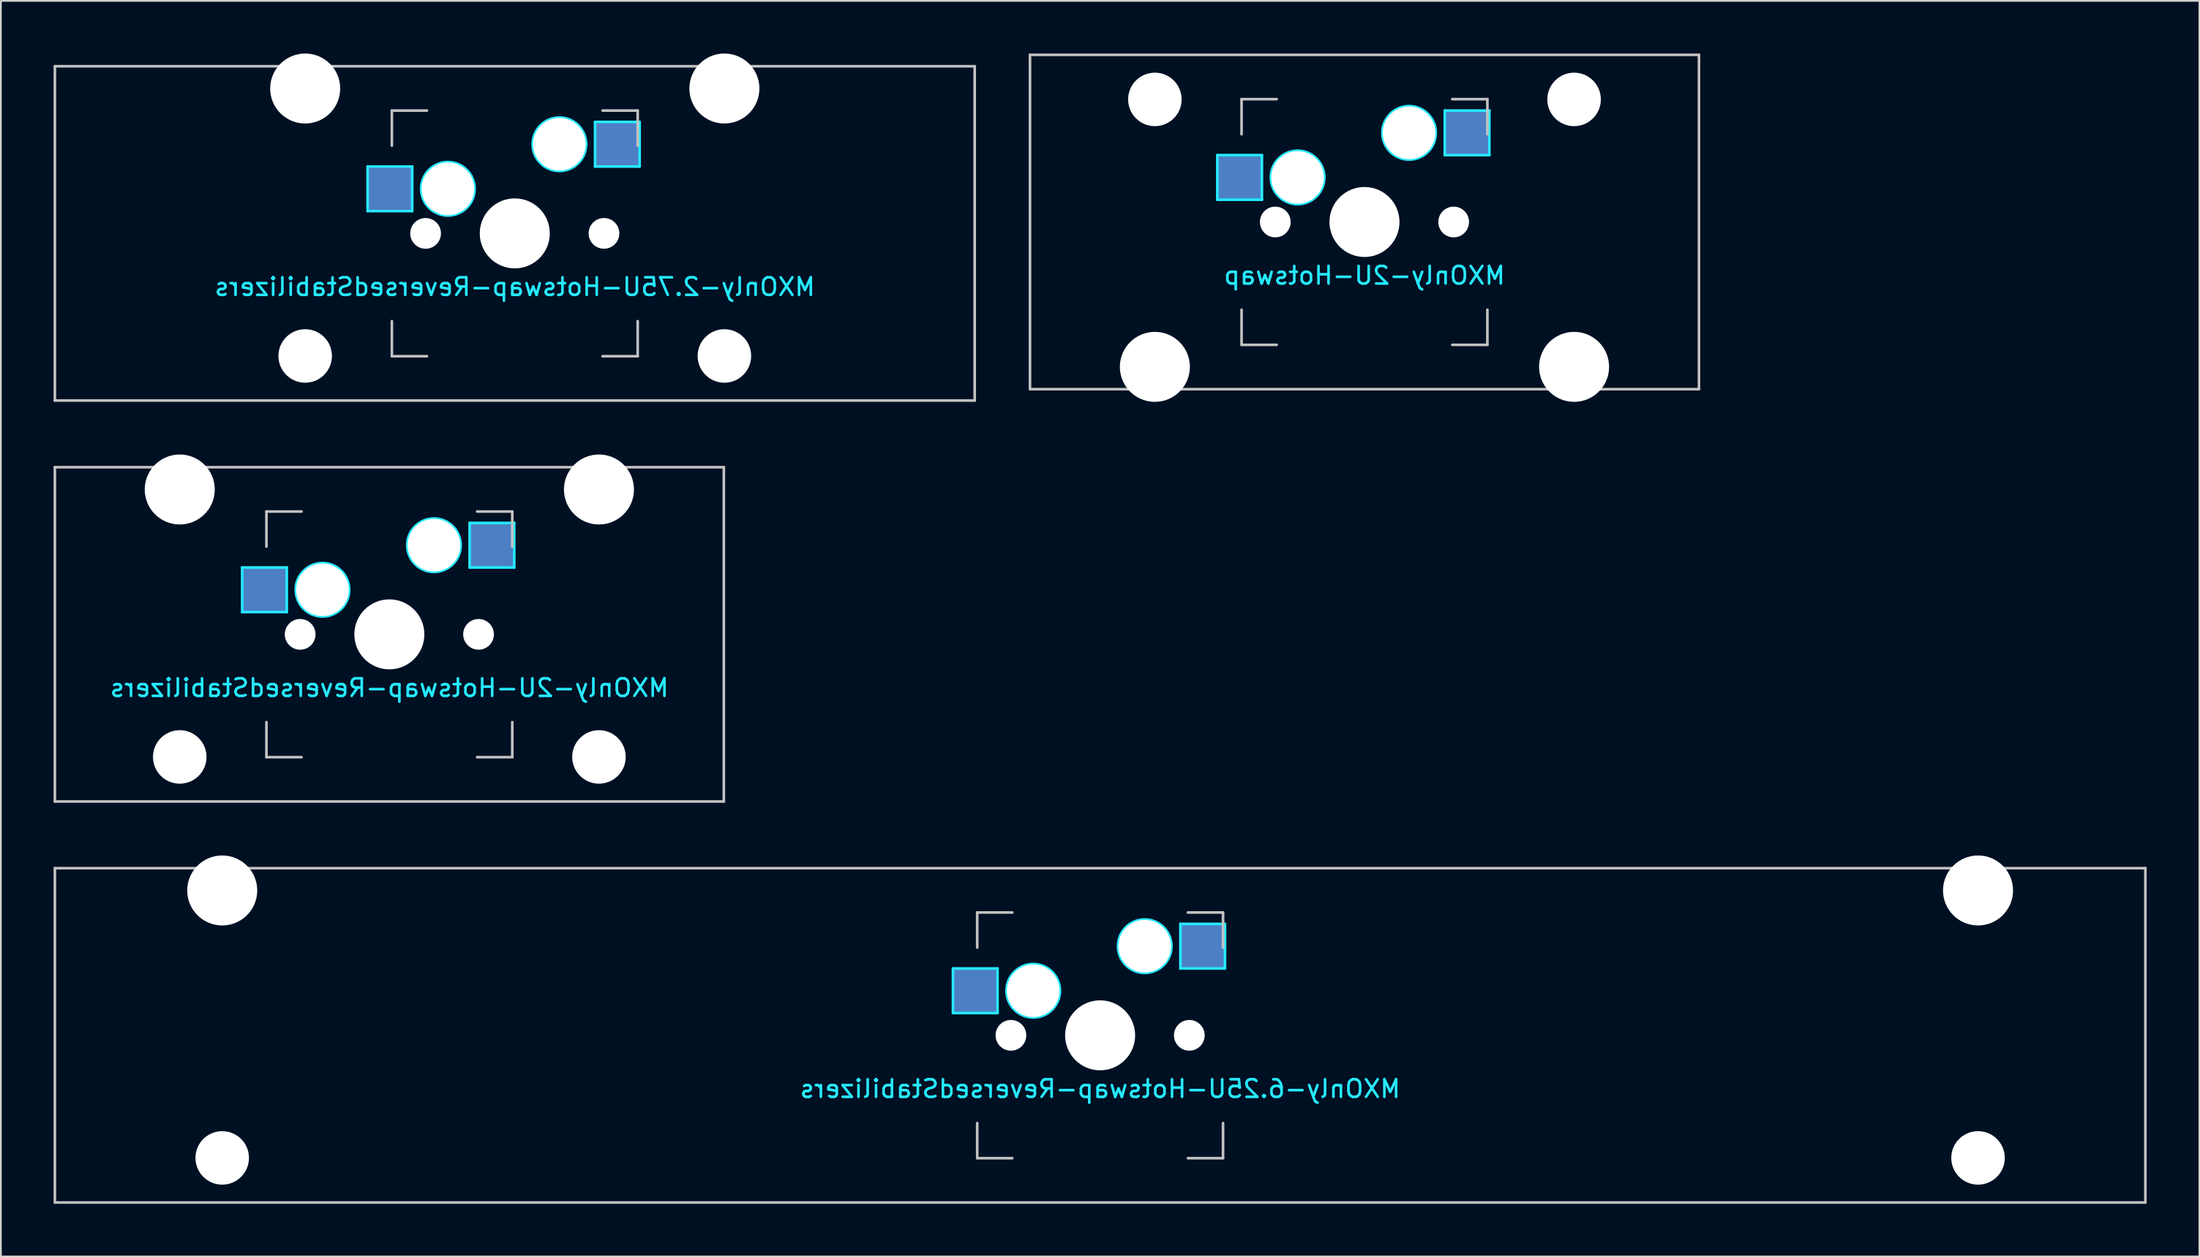
<source format=kicad_pcb>
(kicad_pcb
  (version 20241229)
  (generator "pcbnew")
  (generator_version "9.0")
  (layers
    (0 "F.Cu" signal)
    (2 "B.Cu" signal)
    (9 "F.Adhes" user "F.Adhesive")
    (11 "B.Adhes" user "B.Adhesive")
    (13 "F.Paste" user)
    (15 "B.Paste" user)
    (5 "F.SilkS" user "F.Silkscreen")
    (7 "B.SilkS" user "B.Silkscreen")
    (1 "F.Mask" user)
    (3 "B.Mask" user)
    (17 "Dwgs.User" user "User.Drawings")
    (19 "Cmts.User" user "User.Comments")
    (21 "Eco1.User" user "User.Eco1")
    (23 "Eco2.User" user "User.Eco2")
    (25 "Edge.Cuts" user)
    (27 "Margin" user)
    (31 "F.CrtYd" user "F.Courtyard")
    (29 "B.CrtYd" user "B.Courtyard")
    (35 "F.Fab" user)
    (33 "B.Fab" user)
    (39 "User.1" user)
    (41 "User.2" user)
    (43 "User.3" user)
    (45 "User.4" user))
  (footprint "MXOnly-2U-Hotswap"
    (layer "F.Cu")
    (at 74.662 9.6)
    (property "Reference" "MXOnly-2U-Hotswap" (at 0 3.048 0) (layer "B.CrtYd") (effects (font (size 1 1) (thickness 0.15)) (justify mirror)))
    (attr smd)
    (fp_line (start -19.05 -9.525) (end 19.05 -9.525) (stroke (width 0.15) (type solid)) (layer "Dwgs.User"))
    (fp_line (start -19.05 9.525) (end -19.05 -9.525) (stroke (width 0.15) (type solid)) (layer "Dwgs.User"))
    (fp_line (start -7 -7) (end -7 -5) (stroke (width 0.15) (type solid)) (layer "Dwgs.User"))
    (fp_line (start -7 5) (end -7 7) (stroke (width 0.15) (type solid)) (layer "Dwgs.User"))
    (fp_line (start -7 7) (end -5 7) (stroke (width 0.15) (type solid)) (layer "Dwgs.User"))
    (fp_line (start -5 -7) (end -7 -7) (stroke (width 0.15) (type solid)) (layer "Dwgs.User"))
    (fp_line (start 5 -7) (end 7 -7) (stroke (width 0.15) (type solid)) (layer "Dwgs.User"))
    (fp_line (start 5 7) (end 7 7) (stroke (width 0.15) (type solid)) (layer "Dwgs.User"))
    (fp_line (start 7 -7) (end 7 -5) (stroke (width 0.15) (type solid)) (layer "Dwgs.User"))
    (fp_line (start 7 7) (end 7 5) (stroke (width 0.15) (type solid)) (layer "Dwgs.User"))
    (fp_line (start 19.05 -9.525) (end 19.05 9.525) (stroke (width 0.15) (type solid)) (layer "Dwgs.User"))
    (fp_line (start 19.05 9.525) (end -19.05 9.525) (stroke (width 0.15) (type solid)) (layer "Dwgs.User"))
    (fp_line (start -8.382 -3.81) (end -5.842 -3.81) (stroke (width 0.15) (type solid)) (layer "B.CrtYd"))
    (fp_line (start -8.382 -1.27) (end -8.382 -3.81) (stroke (width 0.15) (type solid)) (layer "B.CrtYd"))
    (fp_line (start -5.842 -3.81) (end -5.842 -1.27) (stroke (width 0.15) (type solid)) (layer "B.CrtYd"))
    (fp_line (start -5.842 -1.27) (end -8.382 -1.27) (stroke (width 0.15) (type solid)) (layer "B.CrtYd"))
    (fp_line (start 4.572 -6.35) (end 7.112 -6.35) (stroke (width 0.15) (type solid)) (layer "B.CrtYd"))
    (fp_line (start 4.572 -3.81) (end 4.572 -6.35) (stroke (width 0.15) (type solid)) (layer "B.CrtYd"))
    (fp_line (start 7.112 -6.35) (end 7.112 -3.81) (stroke (width 0.15) (type solid)) (layer "B.CrtYd"))
    (fp_line (start 7.112 -3.81) (end 4.572 -3.81) (stroke (width 0.15) (type solid)) (layer "B.CrtYd"))
    (fp_circle (center -3.81 -2.54) (end -3.81 -4.064) (stroke (width 0.15) (type solid)) (fill no) (layer "B.CrtYd"))
    (fp_circle (center 2.54 -5.08) (end 2.54 -6.604) (stroke (width 0.15) (type solid)) (fill no) (layer "B.CrtYd"))
    (pad "" np_thru_hole circle (at -11.938 -6.985) (size 3.048 3.048) (drill 3.048) (layers "*.Cu" "*.Mask"))
    (pad "" np_thru_hole circle (at -11.938 8.255) (size 3.988 3.988) (drill 3.988) (layers "*.Cu" "*.Mask"))
    (pad "" np_thru_hole circle (at -5.08 0 48.1) (size 1.75 1.75) (drill 1.75) (layers "*.Cu" "*.Mask"))
    (pad "" np_thru_hole circle (at -3.81 -2.54) (size 3 3) (drill 3) (layers "*.Cu" "*.Mask"))
    (pad "" np_thru_hole circle (at 0 0) (size 3.988 3.988) (drill 3.988) (layers "*.Cu" "*.Mask"))
    (pad "" np_thru_hole circle (at 2.54 -5.08) (size 3 3) (drill 3) (layers "*.Cu" "*.Mask"))
    (pad "" np_thru_hole circle (at 5.08 0 48.1) (size 1.75 1.75) (drill 1.75) (layers "*.Cu" "*.Mask"))
    (pad "" np_thru_hole circle (at 11.938 -6.985) (size 3.048 3.048) (drill 3.048) (layers "*.Cu" "*.Mask"))
    (pad "" np_thru_hole circle (at 11.938 8.255) (size 3.988 3.988) (drill 3.988) (layers "*.Cu" "*.Mask"))
    (pad "1" smd rect (at -7.085 -2.54) (size 2.55 2.5) (layers "B.Cu" "B.Mask" "B.Paste"))
    (pad "2" smd rect (at 5.842 -5.08) (size 2.55 2.5) (layers "B.Cu" "B.Mask" "B.Paste")))
  (footprint "MXOnly-2.75U-Hotswap-ReversedStabilizers"
    (layer "F.Cu")
    (at 26.269 10.249)
    (property "Reference" "MXOnly-2.75U-Hotswap-ReversedStabilizers" (at 0 3.048 0) (layer "B.CrtYd") (effects (font (size 1 1) (thickness 0.15)) (justify mirror)))
    (attr smd)
    (fp_line (start -26.194 -9.525) (end 26.194 -9.525) (stroke (width 0.15) (type solid)) (layer "Dwgs.User"))
    (fp_line (start -26.194 9.525) (end -26.194 -9.525) (stroke (width 0.15) (type solid)) (layer "Dwgs.User"))
    (fp_line (start -7 -7) (end -7 -5) (stroke (width 0.15) (type solid)) (layer "Dwgs.User"))
    (fp_line (start -7 5) (end -7 7) (stroke (width 0.15) (type solid)) (layer "Dwgs.User"))
    (fp_line (start -7 7) (end -5 7) (stroke (width 0.15) (type solid)) (layer "Dwgs.User"))
    (fp_line (start -5 -7) (end -7 -7) (stroke (width 0.15) (type solid)) (layer "Dwgs.User"))
    (fp_line (start 5 -7) (end 7 -7) (stroke (width 0.15) (type solid)) (layer "Dwgs.User"))
    (fp_line (start 5 7) (end 7 7) (stroke (width 0.15) (type solid)) (layer "Dwgs.User"))
    (fp_line (start 7 -7) (end 7 -5) (stroke (width 0.15) (type solid)) (layer "Dwgs.User"))
    (fp_line (start 7 7) (end 7 5) (stroke (width 0.15) (type solid)) (layer "Dwgs.User"))
    (fp_line (start 26.194 -9.525) (end 26.194 9.525) (stroke (width 0.15) (type solid)) (layer "Dwgs.User"))
    (fp_line (start 26.194 9.525) (end -26.194 9.525) (stroke (width 0.15) (type solid)) (layer "Dwgs.User"))
    (fp_line (start -8.382 -3.81) (end -5.842 -3.81) (stroke (width 0.15) (type solid)) (layer "B.CrtYd"))
    (fp_line (start -8.382 -1.27) (end -8.382 -3.81) (stroke (width 0.15) (type solid)) (layer "B.CrtYd"))
    (fp_line (start -5.842 -3.81) (end -5.842 -1.27) (stroke (width 0.15) (type solid)) (layer "B.CrtYd"))
    (fp_line (start -5.842 -1.27) (end -8.382 -1.27) (stroke (width 0.15) (type solid)) (layer "B.CrtYd"))
    (fp_line (start 4.572 -6.35) (end 7.112 -6.35) (stroke (width 0.15) (type solid)) (layer "B.CrtYd"))
    (fp_line (start 4.572 -3.81) (end 4.572 -6.35) (stroke (width 0.15) (type solid)) (layer "B.CrtYd"))
    (fp_line (start 7.112 -6.35) (end 7.112 -3.81) (stroke (width 0.15) (type solid)) (layer "B.CrtYd"))
    (fp_line (start 7.112 -3.81) (end 4.572 -3.81) (stroke (width 0.15) (type solid)) (layer "B.CrtYd"))
    (fp_circle (center -3.81 -2.54) (end -3.81 -4.064) (stroke (width 0.15) (type solid)) (fill no) (layer "B.CrtYd"))
    (fp_circle (center 2.54 -5.08) (end 2.54 -6.604) (stroke (width 0.15) (type solid)) (fill no) (layer "B.CrtYd"))
    (pad "" np_thru_hole circle (at -11.938 -8.255) (size 3.988 3.988) (drill 3.988) (layers "*.Cu" "*.Mask"))
    (pad "" np_thru_hole circle (at -11.938 6.985) (size 3.048 3.048) (drill 3.048) (layers "*.Cu" "*.Mask"))
    (pad "" np_thru_hole circle (at -5.08 0 48.1) (size 1.75 1.75) (drill 1.75) (layers "*.Cu" "*.Mask"))
    (pad "" np_thru_hole circle (at -3.81 -2.54) (size 3 3) (drill 3) (layers "*.Cu" "*.Mask"))
    (pad "" np_thru_hole circle (at 0 0) (size 3.988 3.988) (drill 3.988) (layers "*.Cu" "*.Mask"))
    (pad "" np_thru_hole circle (at 2.54 -5.08) (size 3 3) (drill 3) (layers "*.Cu" "*.Mask"))
    (pad "" np_thru_hole circle (at 5.08 0 48.1) (size 1.75 1.75) (drill 1.75) (layers "*.Cu" "*.Mask"))
    (pad "" np_thru_hole circle (at 11.938 -8.255) (size 3.988 3.988) (drill 3.988) (layers "*.Cu" "*.Mask"))
    (pad "" np_thru_hole circle (at 11.938 6.985) (size 3.048 3.048) (drill 3.048) (layers "*.Cu" "*.Mask"))
    (pad "1" smd rect (at -7.085 -2.54) (size 2.55 2.5) (layers "B.Cu" "B.Mask" "B.Paste"))
    (pad "2" smd rect (at 5.842 -5.08) (size 2.55 2.5) (layers "B.Cu" "B.Mask" "B.Paste")))
  (footprint "MXOnly-2U-Hotswap-ReversedStabilizers"
    (layer "F.Cu")
    (at 19.125 33.098)
    (property "Reference" "MXOnly-2U-Hotswap-ReversedStabilizers" (at 0 3.048 0) (layer "B.CrtYd") (effects (font (size 1 1) (thickness 0.15)) (justify mirror)))
    (attr smd)
    (fp_line (start -19.05 -9.525) (end 19.05 -9.525) (stroke (width 0.15) (type solid)) (layer "Dwgs.User"))
    (fp_line (start -19.05 9.525) (end -19.05 -9.525) (stroke (width 0.15) (type solid)) (layer "Dwgs.User"))
    (fp_line (start -7 -7) (end -7 -5) (stroke (width 0.15) (type solid)) (layer "Dwgs.User"))
    (fp_line (start -7 5) (end -7 7) (stroke (width 0.15) (type solid)) (layer "Dwgs.User"))
    (fp_line (start -7 7) (end -5 7) (stroke (width 0.15) (type solid)) (layer "Dwgs.User"))
    (fp_line (start -5 -7) (end -7 -7) (stroke (width 0.15) (type solid)) (layer "Dwgs.User"))
    (fp_line (start 5 -7) (end 7 -7) (stroke (width 0.15) (type solid)) (layer "Dwgs.User"))
    (fp_line (start 5 7) (end 7 7) (stroke (width 0.15) (type solid)) (layer "Dwgs.User"))
    (fp_line (start 7 -7) (end 7 -5) (stroke (width 0.15) (type solid)) (layer "Dwgs.User"))
    (fp_line (start 7 7) (end 7 5) (stroke (width 0.15) (type solid)) (layer "Dwgs.User"))
    (fp_line (start 19.05 -9.525) (end 19.05 9.525) (stroke (width 0.15) (type solid)) (layer "Dwgs.User"))
    (fp_line (start 19.05 9.525) (end -19.05 9.525) (stroke (width 0.15) (type solid)) (layer "Dwgs.User"))
    (fp_line (start -8.382 -3.81) (end -5.842 -3.81) (stroke (width 0.15) (type solid)) (layer "B.CrtYd"))
    (fp_line (start -8.382 -1.27) (end -8.382 -3.81) (stroke (width 0.15) (type solid)) (layer "B.CrtYd"))
    (fp_line (start -5.842 -3.81) (end -5.842 -1.27) (stroke (width 0.15) (type solid)) (layer "B.CrtYd"))
    (fp_line (start -5.842 -1.27) (end -8.382 -1.27) (stroke (width 0.15) (type solid)) (layer "B.CrtYd"))
    (fp_line (start 4.572 -6.35) (end 7.112 -6.35) (stroke (width 0.15) (type solid)) (layer "B.CrtYd"))
    (fp_line (start 4.572 -3.81) (end 4.572 -6.35) (stroke (width 0.15) (type solid)) (layer "B.CrtYd"))
    (fp_line (start 7.112 -6.35) (end 7.112 -3.81) (stroke (width 0.15) (type solid)) (layer "B.CrtYd"))
    (fp_line (start 7.112 -3.81) (end 4.572 -3.81) (stroke (width 0.15) (type solid)) (layer "B.CrtYd"))
    (fp_circle (center -3.81 -2.54) (end -3.81 -4.064) (stroke (width 0.15) (type solid)) (fill no) (layer "B.CrtYd"))
    (fp_circle (center 2.54 -5.08) (end 2.54 -6.604) (stroke (width 0.15) (type solid)) (fill no) (layer "B.CrtYd"))
    (pad "" np_thru_hole circle (at -11.938 -8.255) (size 3.988 3.988) (drill 3.988) (layers "*.Cu" "*.Mask"))
    (pad "" np_thru_hole circle (at -11.938 6.985) (size 3.048 3.048) (drill 3.048) (layers "*.Cu" "*.Mask"))
    (pad "" np_thru_hole circle (at -5.08 0 48.1) (size 1.75 1.75) (drill 1.75) (layers "*.Cu" "*.Mask"))
    (pad "" np_thru_hole circle (at -3.81 -2.54) (size 3 3) (drill 3) (layers "*.Cu" "*.Mask"))
    (pad "" np_thru_hole circle (at 0 0) (size 3.988 3.988) (drill 3.988) (layers "*.Cu" "*.Mask"))
    (pad "" np_thru_hole circle (at 2.54 -5.08) (size 3 3) (drill 3) (layers "*.Cu" "*.Mask"))
    (pad "" np_thru_hole circle (at 5.08 0 48.1) (size 1.75 1.75) (drill 1.75) (layers "*.Cu" "*.Mask"))
    (pad "" np_thru_hole circle (at 11.938 -8.255) (size 3.988 3.988) (drill 3.988) (layers "*.Cu" "*.Mask"))
    (pad "" np_thru_hole circle (at 11.938 6.985) (size 3.048 3.048) (drill 3.048) (layers "*.Cu" "*.Mask"))
    (pad "1" smd rect (at -7.085 -2.54) (size 2.55 2.5) (layers "B.Cu" "B.Mask" "B.Paste"))
    (pad "2" smd rect (at 5.842 -5.08) (size 2.55 2.5) (layers "B.Cu" "B.Mask" "B.Paste")))
  (footprint "MXOnly-6.25U-Hotswap-ReversedStabilizers"
    (layer "F.Cu")
    (at 59.606 55.947)
    (property "Reference" "MXOnly-6.25U-Hotswap-ReversedStabilizers" (at 0 3.048 0) (layer "B.CrtYd") (effects (font (size 1 1) (thickness 0.15)) (justify mirror)))
    (attr smd)
    (fp_line (start -59.531 -9.525) (end 59.531 -9.525) (stroke (width 0.15) (type solid)) (layer "Dwgs.User"))
    (fp_line (start -59.531 9.525) (end -59.531 -9.525) (stroke (width 0.15) (type solid)) (layer "Dwgs.User"))
    (fp_line (start -7 -7) (end -7 -5) (stroke (width 0.15) (type solid)) (layer "Dwgs.User"))
    (fp_line (start -7 5) (end -7 7) (stroke (width 0.15) (type solid)) (layer "Dwgs.User"))
    (fp_line (start -7 7) (end -5 7) (stroke (width 0.15) (type solid)) (layer "Dwgs.User"))
    (fp_line (start -5 -7) (end -7 -7) (stroke (width 0.15) (type solid)) (layer "Dwgs.User"))
    (fp_line (start 5 -7) (end 7 -7) (stroke (width 0.15) (type solid)) (layer "Dwgs.User"))
    (fp_line (start 5 7) (end 7 7) (stroke (width 0.15) (type solid)) (layer "Dwgs.User"))
    (fp_line (start 7 -7) (end 7 -5) (stroke (width 0.15) (type solid)) (layer "Dwgs.User"))
    (fp_line (start 7 7) (end 7 5) (stroke (width 0.15) (type solid)) (layer "Dwgs.User"))
    (fp_line (start 59.531 -9.525) (end 59.531 9.525) (stroke (width 0.15) (type solid)) (layer "Dwgs.User"))
    (fp_line (start 59.531 9.525) (end -59.531 9.525) (stroke (width 0.15) (type solid)) (layer "Dwgs.User"))
    (fp_line (start -8.382 -3.81) (end -5.842 -3.81) (stroke (width 0.15) (type solid)) (layer "B.CrtYd"))
    (fp_line (start -8.382 -1.27) (end -8.382 -3.81) (stroke (width 0.15) (type solid)) (layer "B.CrtYd"))
    (fp_line (start -5.842 -3.81) (end -5.842 -1.27) (stroke (width 0.15) (type solid)) (layer "B.CrtYd"))
    (fp_line (start -5.842 -1.27) (end -8.382 -1.27) (stroke (width 0.15) (type solid)) (layer "B.CrtYd"))
    (fp_line (start 4.572 -6.35) (end 7.112 -6.35) (stroke (width 0.15) (type solid)) (layer "B.CrtYd"))
    (fp_line (start 4.572 -3.81) (end 4.572 -6.35) (stroke (width 0.15) (type solid)) (layer "B.CrtYd"))
    (fp_line (start 7.112 -6.35) (end 7.112 -3.81) (stroke (width 0.15) (type solid)) (layer "B.CrtYd"))
    (fp_line (start 7.112 -3.81) (end 4.572 -3.81) (stroke (width 0.15) (type solid)) (layer "B.CrtYd"))
    (fp_circle (center -3.81 -2.54) (end -3.81 -4.064) (stroke (width 0.15) (type solid)) (fill no) (layer "B.CrtYd"))
    (fp_circle (center 2.54 -5.08) (end 2.54 -6.604) (stroke (width 0.15) (type solid)) (fill no) (layer "B.CrtYd"))
    (pad "" np_thru_hole circle (at -50 -8.255) (size 3.988 3.988) (drill 3.988) (layers "*.Cu" "*.Mask"))
    (pad "" np_thru_hole circle (at -50 6.985) (size 3.048 3.048) (drill 3.048) (layers "*.Cu" "*.Mask"))
    (pad "" np_thru_hole circle (at -5.08 0 48.1) (size 1.75 1.75) (drill 1.75) (layers "*.Cu" "*.Mask"))
    (pad "" np_thru_hole circle (at -3.81 -2.54) (size 3 3) (drill 3) (layers "*.Cu" "*.Mask"))
    (pad "" np_thru_hole circle (at 0 0) (size 3.988 3.988) (drill 3.988) (layers "*.Cu" "*.Mask"))
    (pad "" np_thru_hole circle (at 2.54 -5.08) (size 3 3) (drill 3) (layers "*.Cu" "*.Mask"))
    (pad "" np_thru_hole circle (at 5.08 0 48.1) (size 1.75 1.75) (drill 1.75) (layers "*.Cu" "*.Mask"))
    (pad "" np_thru_hole circle (at 50 -8.255) (size 3.988 3.988) (drill 3.988) (layers "*.Cu" "*.Mask"))
    (pad "" np_thru_hole circle (at 50 6.985) (size 3.048 3.048) (drill 3.048) (layers "*.Cu" "*.Mask"))
    (pad "1" smd rect (at -7.085 -2.54) (size 2.55 2.5) (layers "B.Cu" "B.Mask" "B.Paste"))
    (pad "2" smd rect (at 5.842 -5.08) (size 2.55 2.5) (layers "B.Cu" "B.Mask" "B.Paste")))
  (gr_rect
    (start -3 -3)
    (end 122.213 68.547)
    (stroke (width 0.1) (type default))
    (fill no)
    (layer "Edge.Cuts")))
</source>
